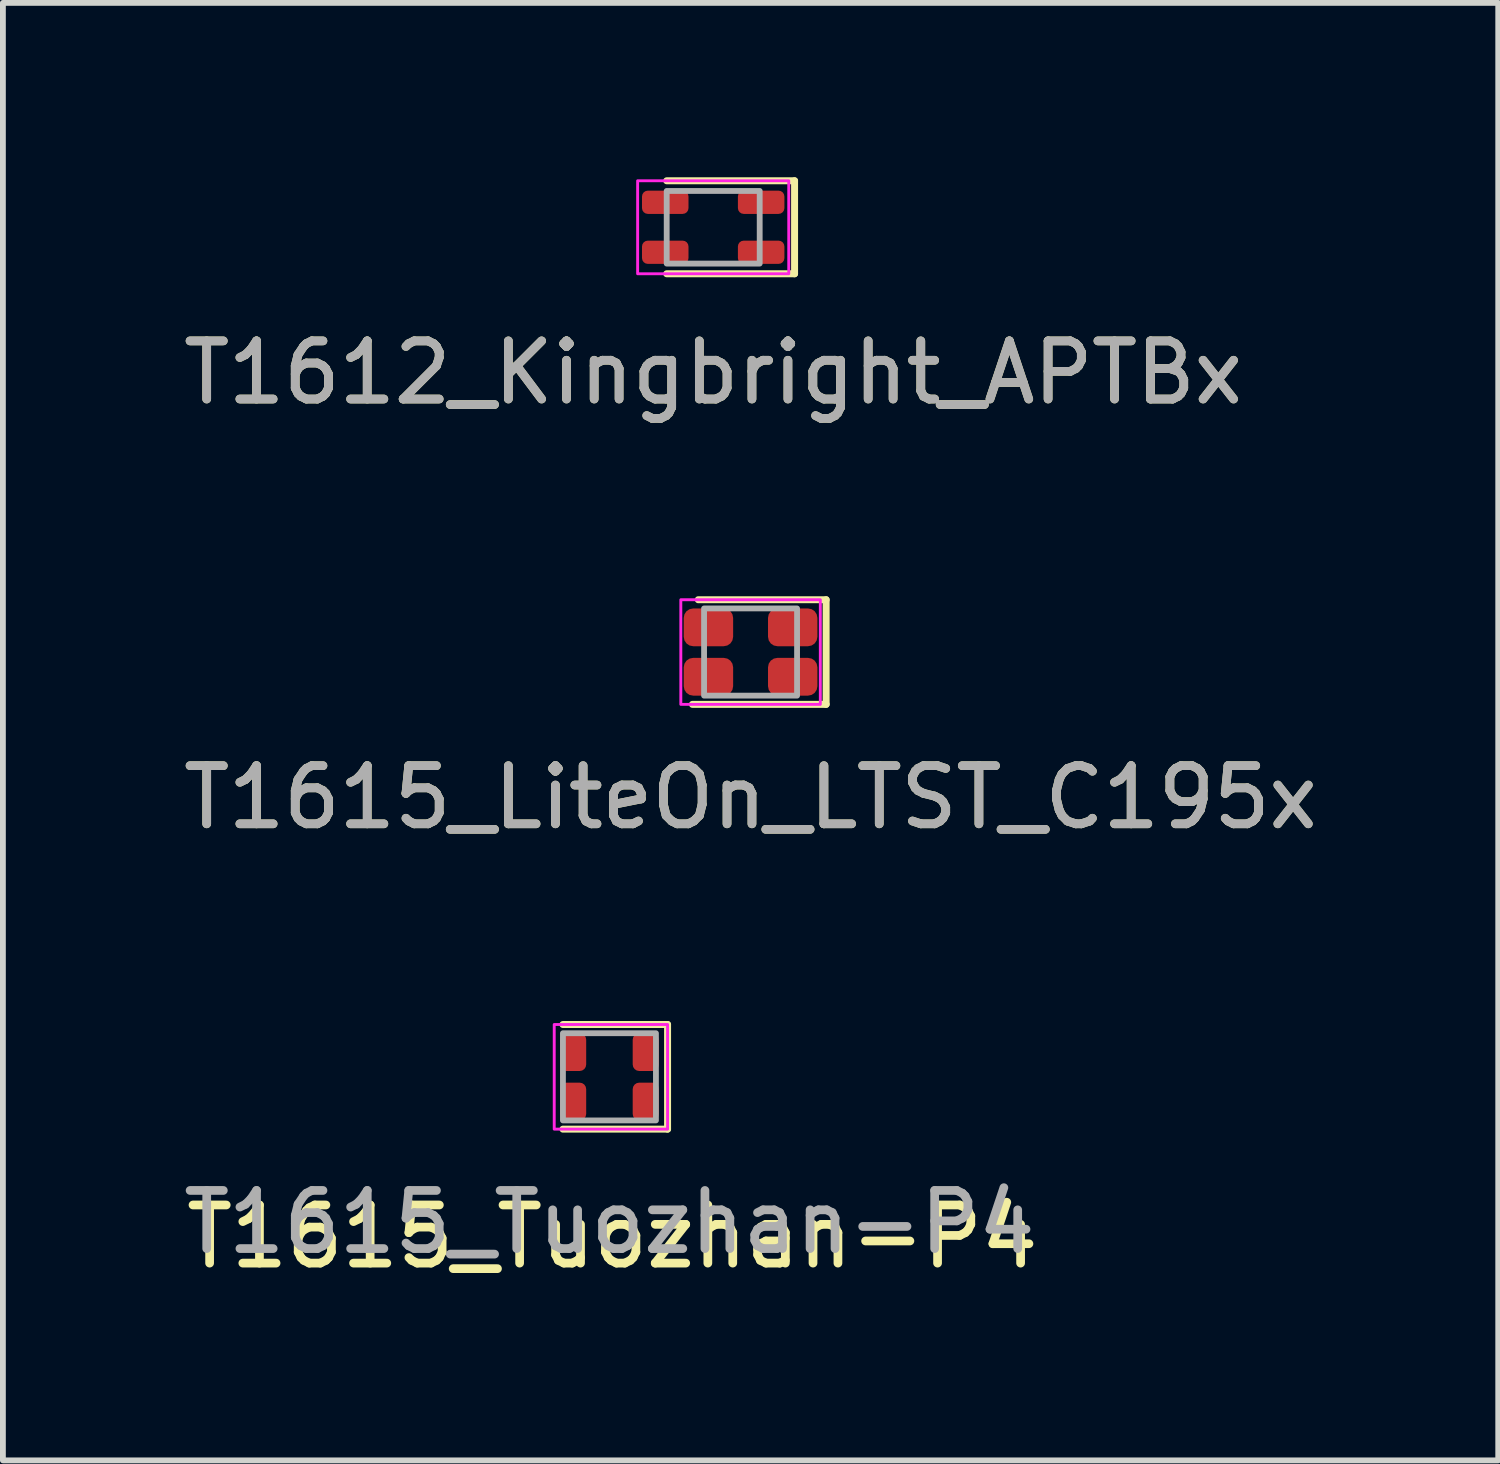
<source format=kicad_pcb>
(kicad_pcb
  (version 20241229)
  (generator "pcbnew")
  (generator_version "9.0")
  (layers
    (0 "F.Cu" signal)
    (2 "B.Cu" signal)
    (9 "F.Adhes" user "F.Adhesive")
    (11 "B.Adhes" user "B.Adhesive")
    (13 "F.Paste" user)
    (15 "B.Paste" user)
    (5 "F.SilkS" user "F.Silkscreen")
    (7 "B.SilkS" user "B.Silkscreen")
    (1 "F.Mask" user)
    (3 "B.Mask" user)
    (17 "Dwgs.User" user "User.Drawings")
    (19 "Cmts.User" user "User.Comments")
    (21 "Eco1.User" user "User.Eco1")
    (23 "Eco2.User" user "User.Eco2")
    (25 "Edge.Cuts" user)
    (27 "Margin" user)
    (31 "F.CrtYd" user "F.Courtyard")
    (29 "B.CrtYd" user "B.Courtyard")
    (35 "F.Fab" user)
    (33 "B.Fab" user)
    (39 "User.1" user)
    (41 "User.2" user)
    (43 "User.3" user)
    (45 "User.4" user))
  (footprint "T1615_LiteOn_LTST_C195x"
    (layer "F.Cu")
    (at 9.863 8.168)
    (property "Reference" "T1615_LiteOn_LTST_C195x" (at 0 2.5 0) (unlocked yes) (layer "F.SilkS") (effects (font (size 1 1) (thickness 0.15))))
    (attr smd)
    (fp_line (start -0.9 -0.9) (end 1.3 -0.9) (stroke (width 0.12) (type solid)) (layer "F.SilkS"))
    (fp_line (start 1.3 -0.9) (end 1.3 0.9) (stroke (width 0.12) (type solid)) (layer "F.SilkS"))
    (fp_line (start 1.3 0.9) (end -1 0.9) (stroke (width 0.12) (type solid)) (layer "F.SilkS"))
    (fp_rect (start -1.2 0.9) (end 1.2 -0.9) (stroke (width 0.05) (type solid)) (fill no) (layer "F.CrtYd"))
    (fp_rect (start -0.8 0.75) (end 0.8 -0.75) (stroke (width 0.1) (type solid)) (fill no) (layer "F.Fab"))
    (fp_text user "${REFERENCE}" (at 0 2.5 0) (unlocked yes) (layer "F.Fab") (effects (font (size 1 1) (thickness 0.15))))
    (pad "1" smd roundrect (at -0.725 -0.425 90) (size 0.65 0.85) (layers "F.Cu" "F.Mask" "F.Paste") (roundrect_rratio 0.25))
    (pad "2" smd roundrect (at -0.725 0.425 90) (size 0.65 0.85) (layers "F.Cu" "F.Mask" "F.Paste") (roundrect_rratio 0.25))
    (pad "3" smd roundrect (at 0.725 -0.425 90) (size 0.65 0.85) (layers "F.Cu" "F.Mask" "F.Paste") (roundrect_rratio 0.25))
    (pad "4" smd roundrect (at 0.725 0.425 90) (size 0.65 0.85) (layers "F.Cu" "F.Mask" "F.Paste") (roundrect_rratio 0.25)))
  (footprint "T1615_Tuozhan-P4"
    (layer "F.Cu")
    (at 7.435 15.476)
    (property "Reference" "T1615_Tuozhan-P4" (at 0.05 2.75 0) (unlocked yes) (layer "F.SilkS") (effects (font (size 1 1) (thickness 0.15))))
    (attr smd)
    (fp_line (start -0.8 -0.9) (end 1 -0.9) (stroke (width 0.12) (type solid)) (layer "F.SilkS"))
    (fp_line (start 1 -0.9) (end 1 0.9) (stroke (width 0.12) (type solid)) (layer "F.SilkS"))
    (fp_line (start 1 0.9) (end -0.8 0.9) (stroke (width 0.12) (type solid)) (layer "F.SilkS"))
    (fp_rect (start -0.95 -0.9) (end 1 0.9) (stroke (width 0.05) (type solid)) (fill no) (layer "F.CrtYd"))
    (fp_rect (start -0.8 -0.75) (end 0.8 0.75) (stroke (width 0.1) (type solid)) (fill no) (layer "F.Fab"))
    (fp_text user "${REFERENCE}" (at 0 2.5 0) (unlocked yes) (layer "F.Fab") (effects (font (size 1 1) (thickness 0.15))))
    (pad "1" smd roundrect (at -0.625 -0.425) (size 0.45 0.65) (layers "F.Cu" "F.Mask" "F.Paste") (roundrect_rratio 0.25))
    (pad "2" smd roundrect (at -0.625 0.425) (size 0.45 0.65) (layers "F.Cu" "F.Mask" "F.Paste") (roundrect_rratio 0.25))
    (pad "3" smd roundrect (at 0.625 -0.425) (size 0.45 0.65) (layers "F.Cu" "F.Mask" "F.Paste") (roundrect_rratio 0.25))
    (pad "4" smd roundrect (at 0.625 0.425) (size 0.45 0.65) (layers "F.Cu" "F.Mask" "F.Paste") (roundrect_rratio 0.25)))
  (footprint "T1612_Kingbright_APTBx"
    (layer "F.Cu")
    (at 9.22 0.86)
    (property "Reference" "T1612_Kingbright_APTBx" (at 0 2.5 0) (unlocked yes) (layer "F.SilkS") (effects (font (size 1 1) (thickness 0.15))))
    (attr smd)
    (fp_line (start -0.8 -0.8) (end 1.4 -0.8) (stroke (width 0.12) (type solid)) (layer "F.SilkS"))
    (fp_line (start 1.4 -0.8) (end 1.4 0.8) (stroke (width 0.12) (type solid)) (layer "F.SilkS"))
    (fp_line (start 1.4 0.8) (end -0.8 0.8) (stroke (width 0.12) (type solid)) (layer "F.SilkS"))
    (fp_rect (start -1.3 -0.8) (end 1.3 0.8) (stroke (width 0.05) (type solid)) (fill no) (layer "F.CrtYd"))
    (fp_rect (start -0.8 -0.625) (end 0.8 0.625) (stroke (width 0.1) (type solid)) (fill no) (layer "F.Fab"))
    (fp_text user "${REFERENCE}" (at 0 2.5 0) (unlocked yes) (layer "F.Fab") (effects (font (size 1 1) (thickness 0.15))))
    (pad "1" smd roundrect (at -0.825 -0.43) (size 0.8 0.4) (layers "F.Cu" "F.Mask" "F.Paste") (roundrect_rratio 0.25))
    (pad "2" smd roundrect (at -0.825 0.43) (size 0.8 0.4) (layers "F.Cu" "F.Mask" "F.Paste") (roundrect_rratio 0.25))
    (pad "3" smd roundrect (at 0.825 -0.43) (size 0.8 0.4) (layers "F.Cu" "F.Mask" "F.Paste") (roundrect_rratio 0.25))
    (pad "4" smd roundrect (at 0.825 0.43) (size 0.8 0.4) (layers "F.Cu" "F.Mask" "F.Paste") (roundrect_rratio 0.25)))
  (gr_rect
    (start -3 -3)
    (end 22.726 22.075)
    (stroke (width 0.1) (type default))
    (fill no)
    (layer "Edge.Cuts")))
</source>
